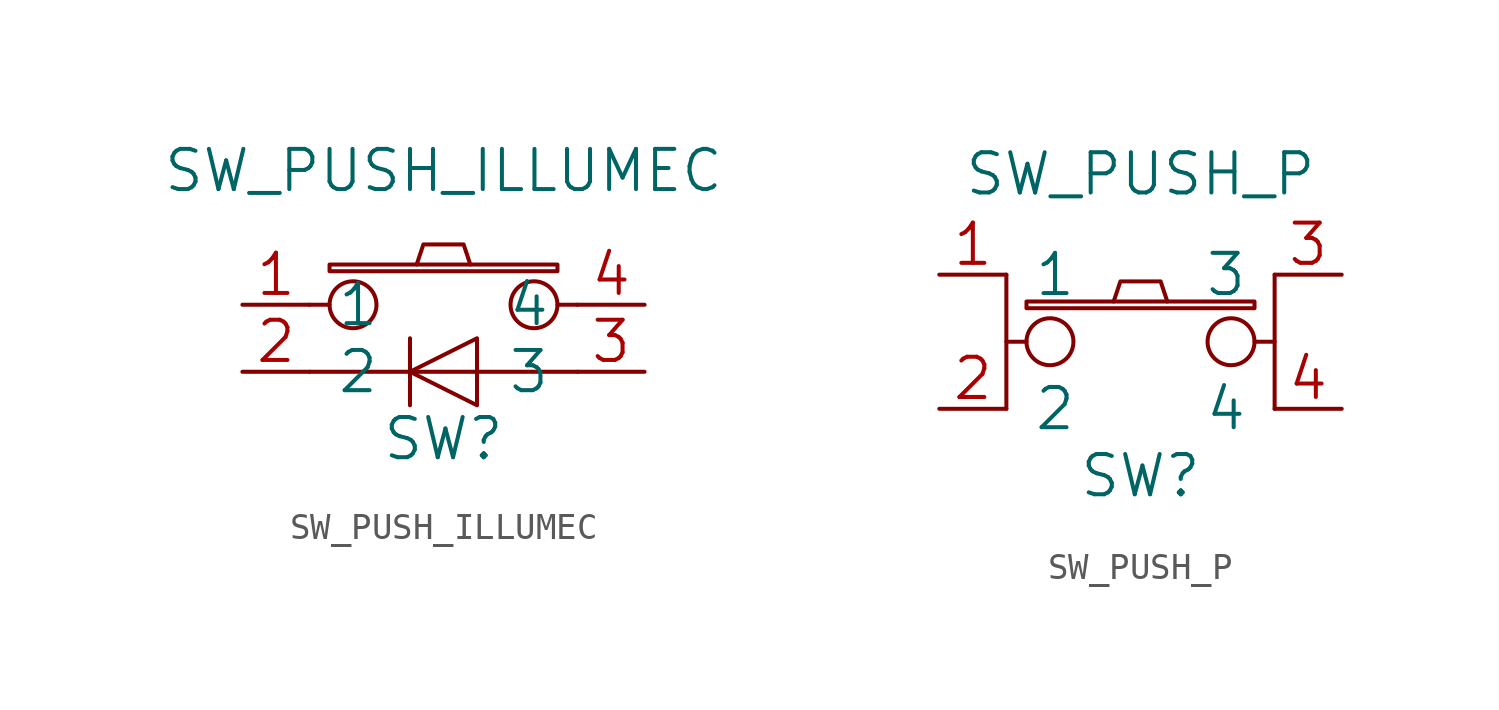
<source format=kicad_sym>
(kicad_symbol_lib
  (version 20220914)
  (generator kicad_symbol_editor)
  (symbol "SW_PUSH_ILLUMEC"
    (pin_names
      (offset 1.016))
    (property "Reference" "SW"
      (at 0 -5.08 0)
      (effects (font (size 1.524 1.524))))
    (property "Value" "SW_PUSH_ILLUMEC"
      (at 0 5.08 0)
      (effects (font (size 1.524 1.524))))
    (symbol "SW_PUSH_ILLUMEC_0_1"
      (rectangle (start -5.08 -2.54) (end 5.08 -2.54) (stroke (width 0) (type solid)) (fill (type none)))
      (rectangle (start -4.318 1.27) (end 4.318 1.524) (stroke (width 0) (type solid)) (fill (type none)))
      (circle (center -3.429 0) (radius 0.889) (stroke (width 0) (type solid)) (fill (type none)))
      (polyline (pts (xy -4.318 0) (xy -5.08 0) (xy -5.08 0)) (stroke (width 0) (type solid)) (fill (type none)))
      (polyline (pts (xy -1.27 -1.27) (xy -1.27 -3.81) (xy -1.27 -3.81)) (stroke (width 0) (type solid)) (fill (type none)))
      (polyline (pts (xy 4.318 0) (xy 5.08 0) (xy 5.08 0)) (stroke (width 0) (type solid)) (fill (type none)))
      (polyline (pts (xy -1.016 1.524) (xy -0.762 2.286) (xy 0.762 2.286) (xy 1.016 1.524)) (stroke (width 0) (type solid)) (fill (type none)))
      (polyline (pts (xy 1.27 -1.27) (xy 1.27 -3.81) (xy -1.27 -2.54) (xy 1.27 -1.27) (xy 1.27 -1.27)) (stroke (width 0) (type solid)) (fill (type none)))
      (circle (center 3.429 0) (radius 0.889) (stroke (width 0) (type solid)) (fill (type none)))
      (pin passive line (at -7.62 0 0) (length 2.54) (name "1" (effects (font (size 1.524 1.524)))) (number "1" (effects (font (size 1.524 1.524)))))
      (pin passive line (at -7.62 -2.54 0) (length 2.54) (name "2" (effects (font (size 1.524 1.524)))) (number "2" (effects (font (size 1.524 1.524)))))
      (pin passive line (at 7.62 -2.54 180) (length 2.54) (name "3" (effects (font (size 1.524 1.524)))) (number "3" (effects (font (size 1.524 1.524)))))
      (pin passive line (at 7.62 0 180) (length 2.54) (name "4" (effects (font (size 1.524 1.524)))) (number "4" (effects (font (size 1.524 1.524)))))))
  (symbol "SW_PUSH_P"
    (pin_names
      (offset 1.016))
    (property "Reference" "SW"
      (at 0 -5.08 0)
      (effects (font (size 1.524 1.524))))
    (property "Value" "SW_PUSH_P"
      (at 0 6.35 0)
      (effects (font (size 1.524 1.524))))
    (symbol "SW_PUSH_P_0_1"
      (rectangle (start -4.318 1.27) (end 4.318 1.524) (stroke (width 0) (type solid)) (fill (type none)))
      (circle (center -3.429 0) (radius 0.889) (stroke (width 0) (type solid)) (fill (type none)))
      (polyline (pts (xy -5.08 2.54) (xy -5.08 -2.54) (xy -5.08 -2.54)) (stroke (width 0) (type solid)) (fill (type none)))
      (polyline (pts (xy -4.318 0) (xy -5.08 0) (xy -5.08 0)) (stroke (width 0) (type solid)) (fill (type none)))
      (polyline (pts (xy 4.318 0) (xy 5.08 0) (xy 5.08 0)) (stroke (width 0) (type solid)) (fill (type none)))
      (polyline (pts (xy -1.016 1.524) (xy -0.762 2.286) (xy 0.762 2.286) (xy 1.016 1.524)) (stroke (width 0) (type solid)) (fill (type none)))
      (polyline (pts (xy 5.08 2.54) (xy 5.08 -2.54) (xy 5.08 -2.54) (xy 5.08 -2.54) (xy 5.08 -2.54)) (stroke (width 0) (type solid)) (fill (type none)))
      (circle (center 3.429 0) (radius 0.889) (stroke (width 0) (type solid)) (fill (type none)))
      (pin passive line (at -7.62 2.54 0) (length 2.54) (name "1" (effects (font (size 1.524 1.524)))) (number "1" (effects (font (size 1.524 1.524)))))
      (pin passive line (at -7.62 -2.54 0) (length 2.54) (name "2" (effects (font (size 1.524 1.524)))) (number "2" (effects (font (size 1.524 1.524)))))
      (pin passive line (at 7.62 2.54 180) (length 2.54) (name "3" (effects (font (size 1.524 1.524)))) (number "3" (effects (font (size 1.524 1.524)))))
      (pin passive line (at 7.62 -2.54 180) (length 2.54) (name "4" (effects (font (size 1.524 1.524)))) (number "4" (effects (font (size 1.524 1.524))))))))
</source>
